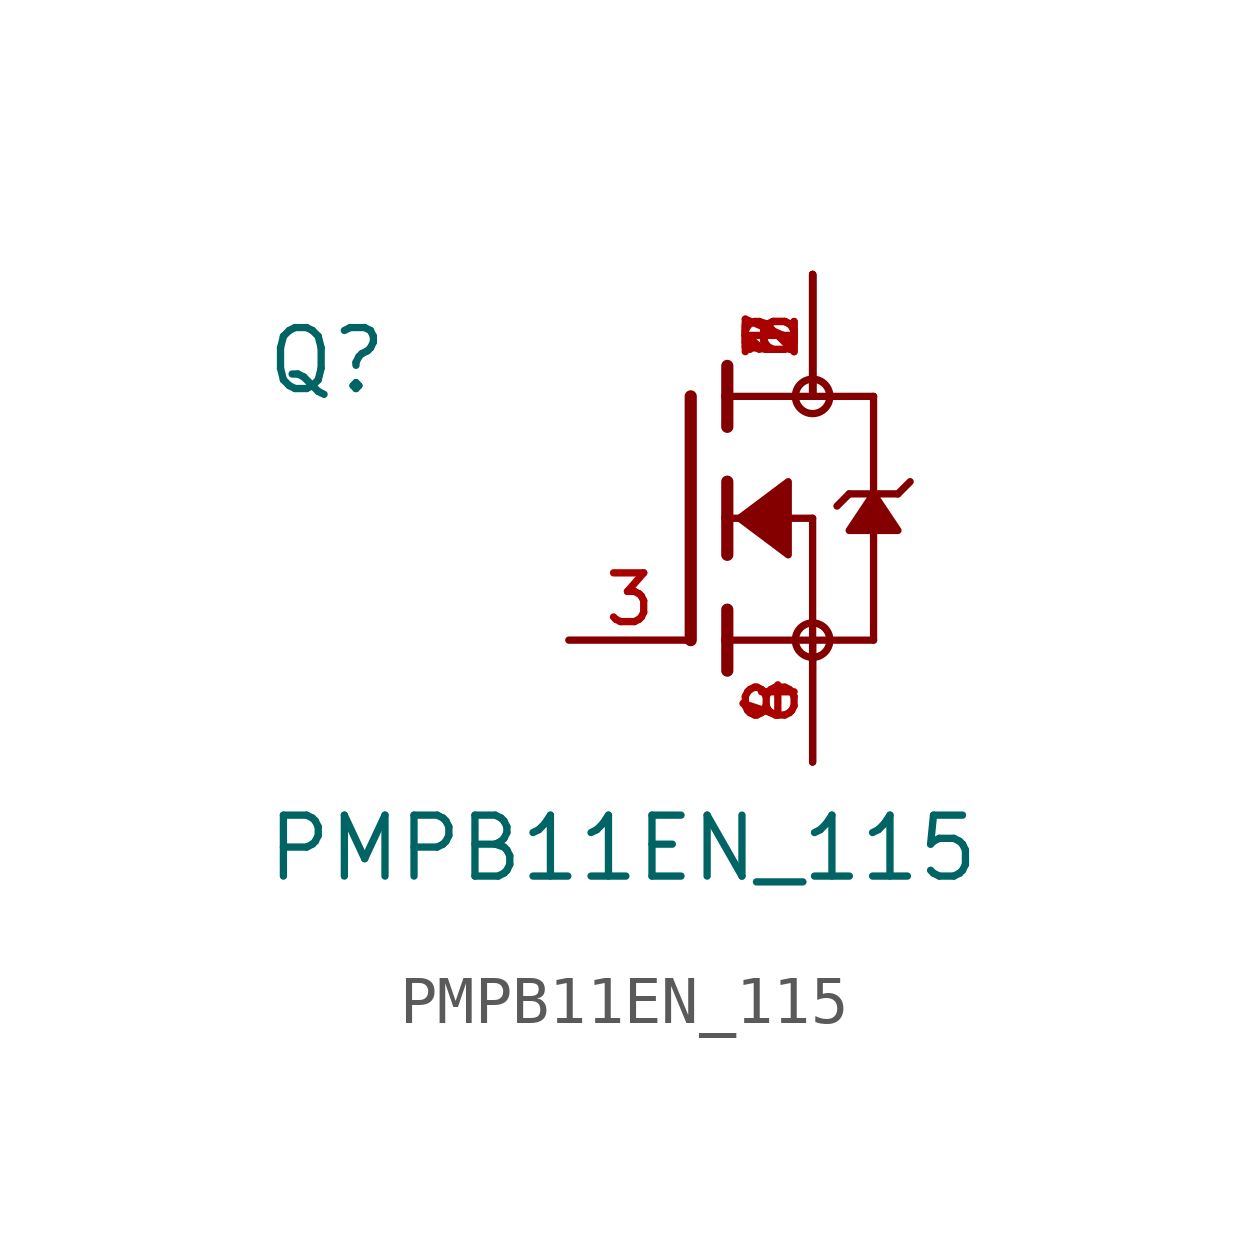
<source format=kicad_sym>
(kicad_symbol_lib
  (version 20211014)
  (generator kicad_symbol_editor)
  (symbol "PMPB11EN_115"
    (pin_names
      (offset 1.016))
    (property "Reference" "Q"
      (at -8.89 2.54 0)
      (effects (font (size 1.27 1.27)) (justify bottom left)))
    (property "Value" "PMPB11EN_115"
      (at -8.89 -7.62 0)
      (effects (font (size 1.27 1.27)) (justify bottom left)))
    (symbol "PMPB11EN_115_0_0"
      (polyline (pts (xy 0.762 0.762) (xy 0.762 0.0)) (stroke (width 0.254)))
      (polyline (pts (xy 0.762 0.0) (xy 0.762 -0.762)) (stroke (width 0.254)))
      (polyline (pts (xy 0.762 3.175) (xy 0.762 2.54)) (stroke (width 0.254)))
      (polyline (pts (xy 0.762 2.54) (xy 0.762 1.905)) (stroke (width 0.254)))
      (polyline (pts (xy 0.762 0.0) (xy 2.54 0.0)) (stroke (width 0.152)))
      (polyline (pts (xy 2.54 0.0) (xy 2.54 -2.54)) (stroke (width 0.152)))
      (polyline (pts (xy 0.762 -1.905) (xy 0.762 -2.54)) (stroke (width 0.254)))
      (polyline (pts (xy 0.762 -2.54) (xy 0.762 -3.175)) (stroke (width 0.254)))
      (polyline (pts (xy 0.0 2.54) (xy 0.0 -2.54)) (stroke (width 0.254)))
      (polyline (pts (xy 2.54 -2.54) (xy 0.762 -2.54)) (stroke (width 0.152)))
      (polyline (pts (xy 3.81 2.54) (xy 3.81 0.508)) (stroke (width 0.152)))
      (polyline (pts (xy 3.81 0.508) (xy 3.81 -2.54)) (stroke (width 0.152)))
      (polyline (pts (xy 2.54 -2.54) (xy 3.81 -2.54)) (stroke (width 0.152)))
      (polyline (pts (xy 0.762 2.54) (xy 3.81 2.54)) (stroke (width 0.152)))
      (polyline (pts (xy 4.572 0.762) (xy 4.318 0.508)) (stroke (width 0.152)))
      (polyline (pts (xy 4.318 0.508) (xy 3.81 0.508)) (stroke (width 0.152)))
      (polyline (pts (xy 3.81 0.508) (xy 3.302 0.508)) (stroke (width 0.152)))
      (polyline (pts (xy 3.302 0.508) (xy 3.048 0.254)) (stroke (width 0.152)))
      (circle (center 2.54 -2.54) (radius 0.359) (stroke (width 0.0)) (fill (type none)))
      (circle (center 2.54 2.54) (radius 0.359) (stroke (width 0.0)) (fill (type none)))
      (polyline (pts (xy 3.81 0.508) (xy 3.302 -0.254) (xy 4.318 -0.254) (xy 3.81 0.508)) (stroke (width 0.152)) (fill (type outline)))
      (polyline (pts (xy 1.016 0.0) (xy 2.032 0.762) (xy 2.032 -0.762) (xy 1.016 0.0)) (stroke (width 0.152)) (fill (type outline)))
      (pin passive line (at 2.54 -5.08 90.0) (length 2.54) (name "~" (effects (font (size 1.016 1.016)))) (number "4" (effects (font (size 1.016 1.016)))))
      (pin passive line (at 2.54 -5.08 90.0) (length 2.54) (name "~" (effects (font (size 1.016 1.016)))) (number "8" (effects (font (size 1.016 1.016)))))
      (pin passive line (at -2.54 -2.54 0) (length 2.54) (name "~" (effects (font (size 1.016 1.016)))) (number "3" (effects (font (size 1.016 1.016)))))
      (pin passive line (at 2.54 5.08 270.0) (length 2.54) (name "~" (effects (font (size 1.016 1.016)))) (number "1" (effects (font (size 1.016 1.016)))))
      (pin passive line (at 2.54 5.08 270.0) (length 2.54) (name "~" (effects (font (size 1.016 1.016)))) (number "2" (effects (font (size 1.016 1.016)))))
      (pin passive line (at 2.54 5.08 270.0) (length 2.54) (name "~" (effects (font (size 1.016 1.016)))) (number "5" (effects (font (size 1.016 1.016)))))
      (pin passive line (at 2.54 5.08 270.0) (length 2.54) (name "~" (effects (font (size 1.016 1.016)))) (number "6" (effects (font (size 1.016 1.016)))))
      (pin passive line (at 2.54 5.08 270.0) (length 2.54) (name "~" (effects (font (size 1.016 1.016)))) (number "7" (effects (font (size 1.016 1.016))))))))
</source>
